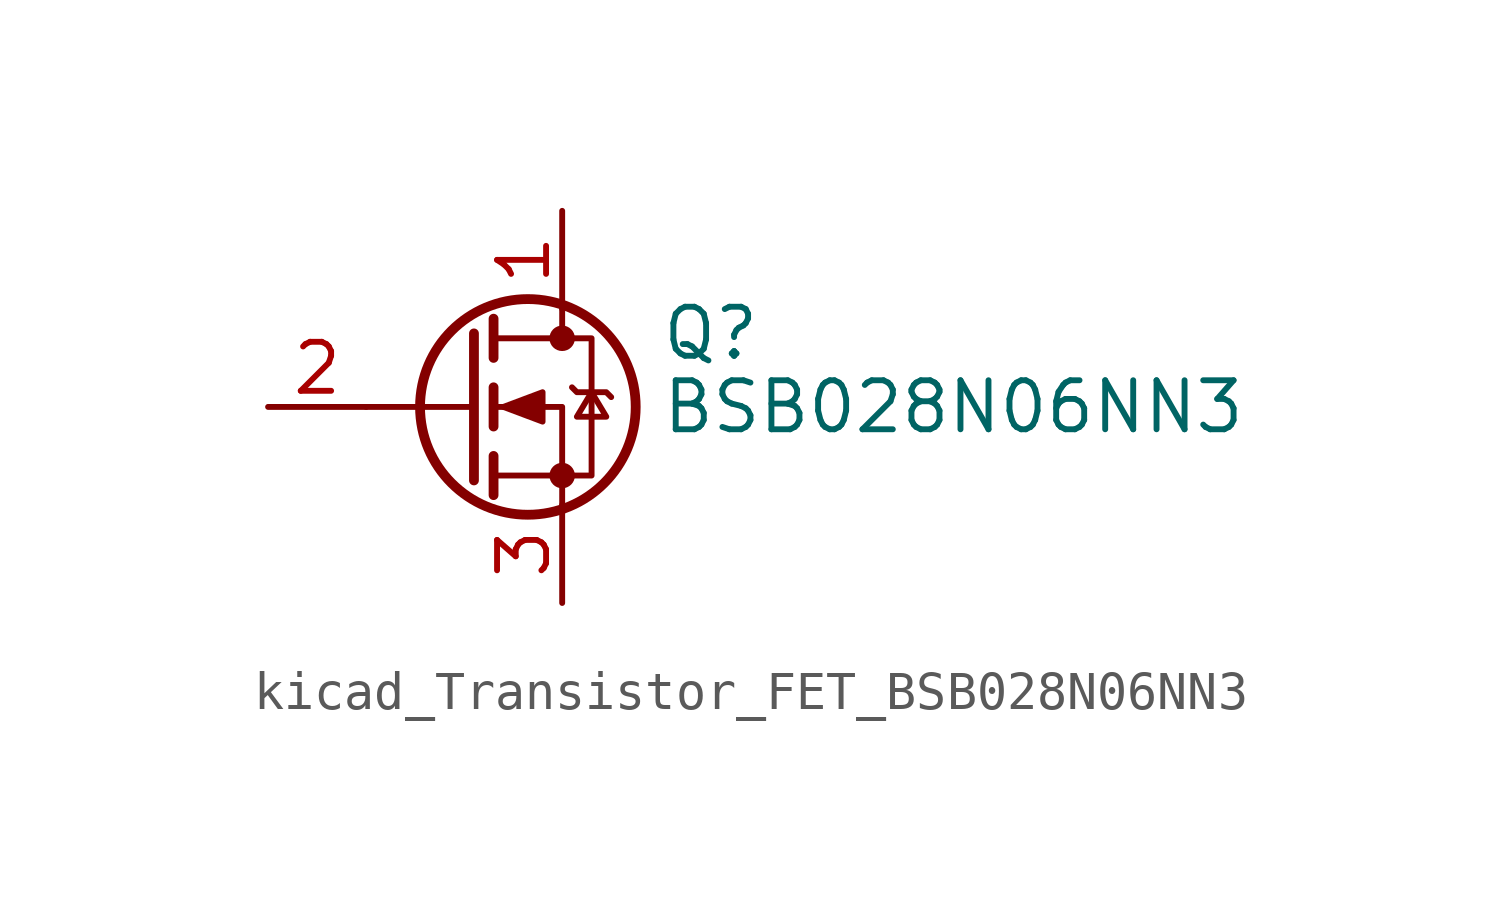
<source format=kicad_sym>
(kicad_symbol_lib
  (version 20220914)
  (generator kicad_symbol_editor)
  (symbol "kicad_Transistor_FET_BSB028N06NN3"
    (pin_names hide)
    (property "Reference" "Q"
      (at 5.08 1.905 0)
      (effects (font (size 1.27 1.27)) (justify left)))
    (property "Value" "BSB028N06NN3"
      (at 5.08 0 0)
      (effects (font (size 1.27 1.27)) (justify left)))
    (symbol "kicad_Transistor_FET_BSB028N06NN3_0_1"
      (polyline (pts (xy 0.254 0) (xy -2.54 0)) (stroke (width 0) (type default)) (fill (type none)))
      (polyline (pts (xy 0.254 1.905) (xy 0.254 -1.905)) (stroke (width 0.254) (type default)) (fill (type none)))
      (polyline (pts (xy 0.762 -1.27) (xy 0.762 -2.286)) (stroke (width 0.254) (type default)) (fill (type none)))
      (polyline (pts (xy 0.762 0.508) (xy 0.762 -0.508)) (stroke (width 0.254) (type default)) (fill (type none)))
      (polyline (pts (xy 0.762 2.286) (xy 0.762 1.27)) (stroke (width 0.254) (type default)) (fill (type none)))
      (polyline (pts (xy 2.54 2.54) (xy 2.54 1.778)) (stroke (width 0) (type default)) (fill (type none)))
      (polyline (pts (xy 2.54 -2.54) (xy 2.54 0) (xy 0.762 0)) (stroke (width 0) (type default)) (fill (type none)))
      (polyline (pts (xy 0.762 -1.778) (xy 3.302 -1.778) (xy 3.302 1.778) (xy 0.762 1.778)) (stroke (width 0) (type default)) (fill (type none)))
      (polyline (pts (xy 1.016 0) (xy 2.032 0.381) (xy 2.032 -0.381) (xy 1.016 0)) (stroke (width 0) (type default)) (fill (type outline)))
      (polyline (pts (xy 2.794 0.508) (xy 2.921 0.381) (xy 3.683 0.381) (xy 3.81 0.254)) (stroke (width 0) (type default)) (fill (type none)))
      (polyline (pts (xy 3.302 0.381) (xy 2.921 -0.254) (xy 3.683 -0.254) (xy 3.302 0.381)) (stroke (width 0) (type default)) (fill (type none)))
      (circle (center 1.651 0) (radius 2.794) (stroke (width 0.254) (type default)) (fill (type none)))
      (circle (center 2.54 -1.778) (radius 0.254) (stroke (width 0) (type default)) (fill (type outline)))
      (circle (center 2.54 1.778) (radius 0.254) (stroke (width 0) (type default)) (fill (type outline))))
    (symbol "kicad_Transistor_FET_BSB028N06NN3_1_1"
      (pin passive line (at 2.54 5.08 270) (length 2.54) (name "D" (effects (font (size 1.27 1.27)))) (number "1" (effects (font (size 1.27 1.27)))))
      (pin input line (at -5.08 0 0) (length 2.54) (name "G" (effects (font (size 1.27 1.27)))) (number "2" (effects (font (size 1.27 1.27)))))
      (pin passive line (at 2.54 -5.08 90) (length 2.54) (name "S" (effects (font (size 1.27 1.27)))) (number "3" (effects (font (size 1.27 1.27))))))))
</source>
